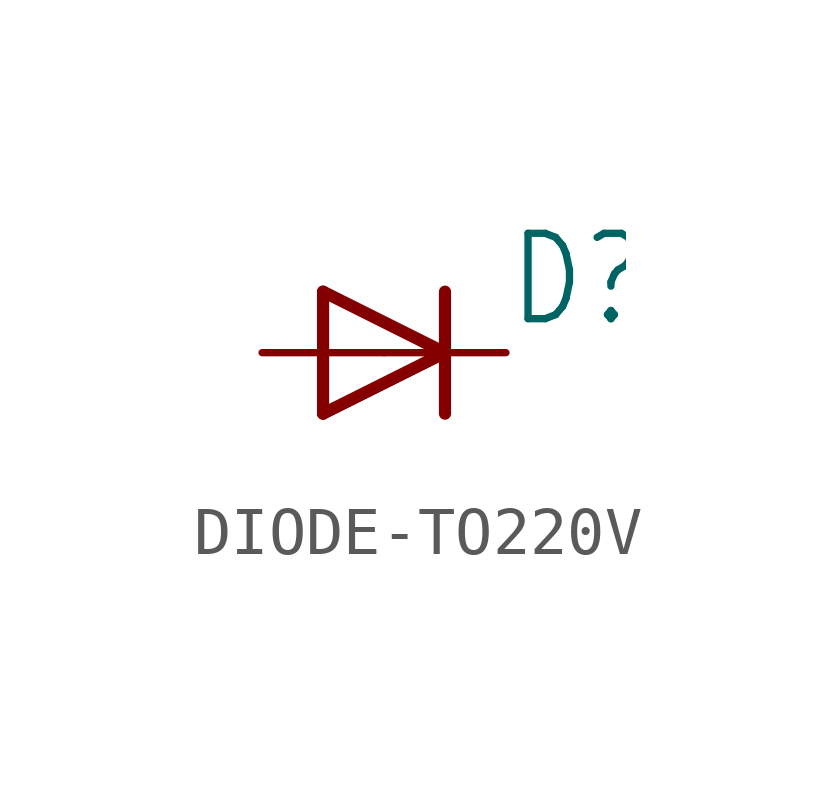
<source format=kicad_sym>
(kicad_symbol_lib
  (version 20220914)
  (generator kicad_symbol_editor)
  (symbol "DIODE-TO220V"
    (property "Reference" "D"
      (at 2.54 0.483 0)
      (effects (font (size 1.778 1.511)) (justify left bottom)))
    (property "Value" ""
      (at 2.54 -2.311 0)
      (effects (font (size 1.778 1.511)) (justify left bottom)))
    (property "ki_locked" ""
      (at 0 0 0)
      (effects (font (size 1.27 1.27))))
    (symbol "DIODE-TO220V_1_0"
      (polyline (pts (xy -1.27 -1.27) (xy 1.27 0)) (stroke (width 0.254) (type solid)) (fill (type none)))
      (polyline (pts (xy -1.27 1.27) (xy -1.27 -1.27)) (stroke (width 0.254) (type solid)) (fill (type none)))
      (polyline (pts (xy 1.27 0) (xy -1.27 1.27)) (stroke (width 0.254) (type solid)) (fill (type none)))
      (polyline (pts (xy 1.27 0) (xy 1.27 -1.27)) (stroke (width 0.254) (type solid)) (fill (type none)))
      (polyline (pts (xy 1.27 1.27) (xy 1.27 0)) (stroke (width 0.254) (type solid)) (fill (type none)))
      (pin passive line (at -2.54 0 0) (length 2.54) (name "A" (effects (font (size 0 0)))) (number "A" (effects (font (size 0 0)))))
      (pin passive line (at 2.54 0 180) (length 2.54) (name "C" (effects (font (size 0 0)))) (number "C" (effects (font (size 0 0))))))))
</source>
